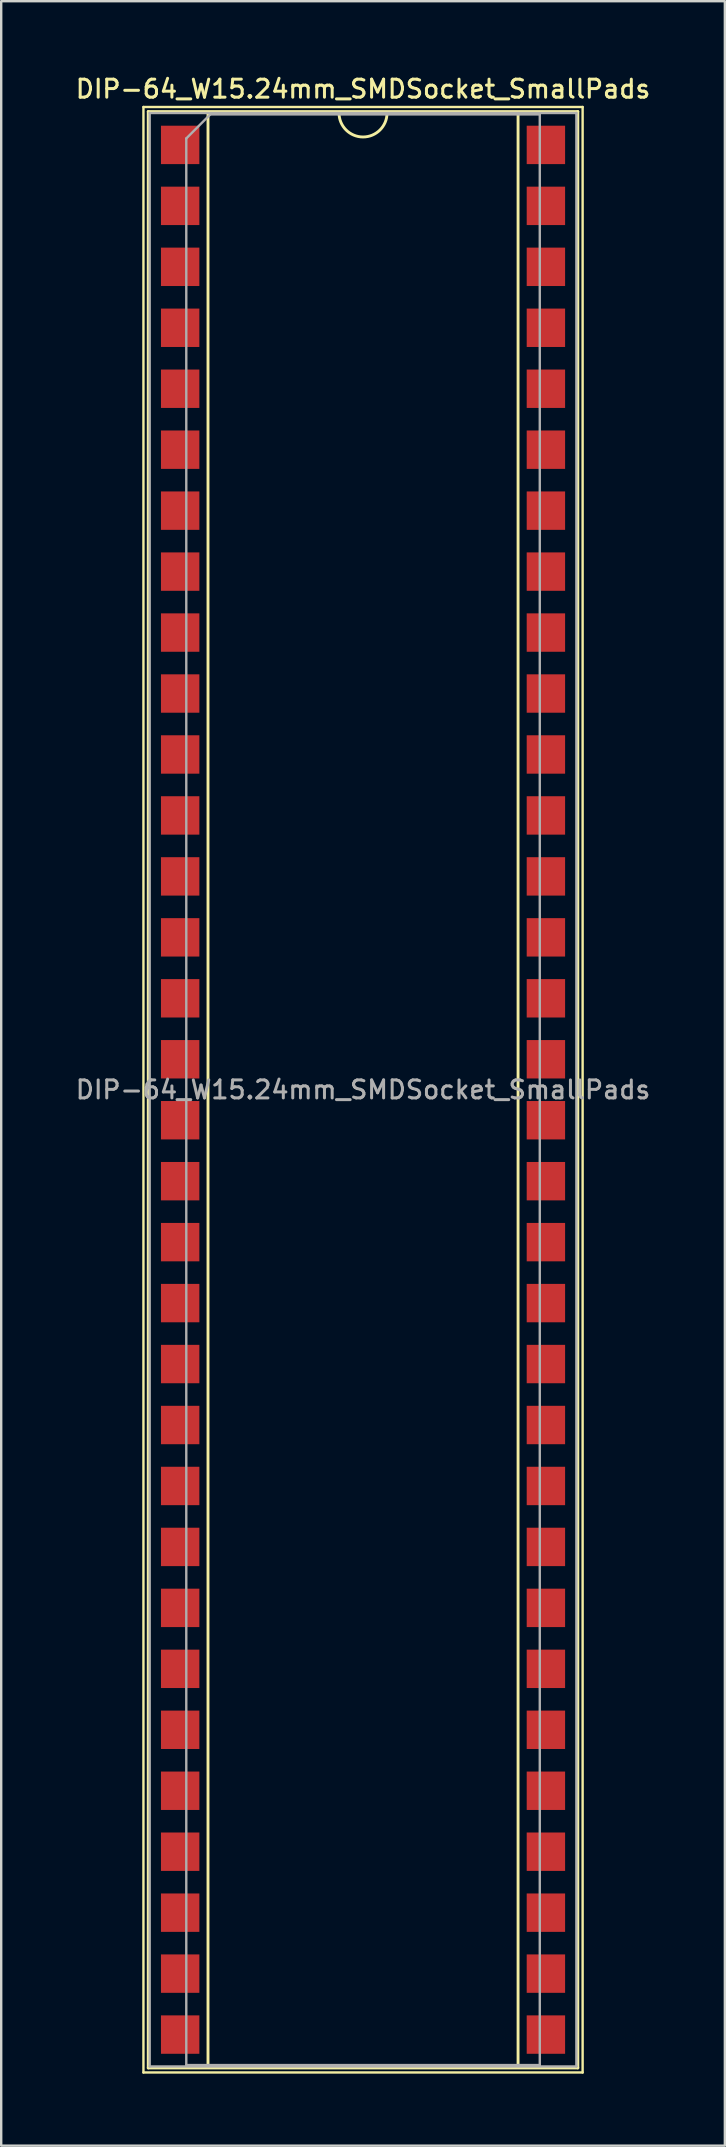
<source format=kicad_pcb>
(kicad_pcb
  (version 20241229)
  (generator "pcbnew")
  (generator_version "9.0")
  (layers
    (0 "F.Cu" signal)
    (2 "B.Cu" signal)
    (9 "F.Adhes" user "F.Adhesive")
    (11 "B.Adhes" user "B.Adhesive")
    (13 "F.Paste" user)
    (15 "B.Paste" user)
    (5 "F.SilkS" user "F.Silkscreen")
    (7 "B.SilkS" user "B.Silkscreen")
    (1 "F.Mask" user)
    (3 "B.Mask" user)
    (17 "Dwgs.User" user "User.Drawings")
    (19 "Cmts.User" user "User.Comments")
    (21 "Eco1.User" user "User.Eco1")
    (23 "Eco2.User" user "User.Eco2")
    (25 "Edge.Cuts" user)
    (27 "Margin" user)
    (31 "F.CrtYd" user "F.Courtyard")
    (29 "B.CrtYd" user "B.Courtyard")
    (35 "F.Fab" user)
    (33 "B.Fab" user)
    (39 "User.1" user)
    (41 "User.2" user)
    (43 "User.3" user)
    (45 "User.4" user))
  (footprint "DIP-64_W15.24mm_SMDSocket_SmallPads"
    (layer "F.Cu")
    (at 12.077 42.358)
    (property "Reference" "DIP-64_W15.24mm_SMDSocket_SmallPads" (at 0 -41.7 0) (layer "F.SilkS") (effects (font (size 0.75 0.75) (thickness 0.125))))
    (attr smd)
    (fp_line (start -9.15 -40.95) (end -9.15 40.95) (stroke (width 0.1) (type solid)) (layer "F.SilkS"))
    (fp_line (start -9.15 40.95) (end 9.15 40.95) (stroke (width 0.1) (type solid)) (layer "F.SilkS"))
    (fp_line (start -8.95 -40.76) (end -8.95 40.76) (stroke (width 0.12) (type solid)) (layer "F.SilkS"))
    (fp_line (start -8.95 40.76) (end 8.95 40.76) (stroke (width 0.12) (type solid)) (layer "F.SilkS"))
    (fp_line (start -6.46 -40.7) (end -6.46 40.7) (stroke (width 0.12) (type solid)) (layer "F.SilkS"))
    (fp_line (start -6.46 40.7) (end 6.46 40.7) (stroke (width 0.12) (type solid)) (layer "F.SilkS"))
    (fp_line (start -1 -40.7) (end -6.46 -40.7) (stroke (width 0.12) (type solid)) (layer "F.SilkS"))
    (fp_line (start 6.46 -40.7) (end 1 -40.7) (stroke (width 0.12) (type solid)) (layer "F.SilkS"))
    (fp_line (start 6.46 40.7) (end 6.46 -40.7) (stroke (width 0.12) (type solid)) (layer "F.SilkS"))
    (fp_line (start 8.95 -40.76) (end -8.95 -40.76) (stroke (width 0.12) (type solid)) (layer "F.SilkS"))
    (fp_line (start 8.95 40.76) (end 8.95 -40.76) (stroke (width 0.12) (type solid)) (layer "F.SilkS"))
    (fp_line (start 9.15 -40.95) (end -9.15 -40.95) (stroke (width 0.1) (type solid)) (layer "F.SilkS"))
    (fp_line (start 9.15 40.95) (end 9.15 -40.95) (stroke (width 0.1) (type solid)) (layer "F.SilkS"))
    (fp_arc (start 1 -40.7) (mid 0 -39.7) (end -1 -40.7) (stroke (width 0.12) (type solid)) (layer "F.SilkS"))
    (fp_line (start -8.89 -40.7) (end -8.89 40.7) (stroke (width 0.1) (type solid)) (layer "F.Fab"))
    (fp_line (start -8.89 40.7) (end 8.89 40.7) (stroke (width 0.1) (type solid)) (layer "F.Fab"))
    (fp_line (start -7.365 -39.64) (end -6.365 -40.64) (stroke (width 0.1) (type solid)) (layer "F.Fab"))
    (fp_line (start -7.365 40.64) (end -7.365 -39.64) (stroke (width 0.1) (type solid)) (layer "F.Fab"))
    (fp_line (start -6.365 -40.64) (end 7.365 -40.64) (stroke (width 0.1) (type solid)) (layer "F.Fab"))
    (fp_line (start 7.365 -40.64) (end 7.365 40.64) (stroke (width 0.1) (type solid)) (layer "F.Fab"))
    (fp_line (start 7.365 40.64) (end -7.365 40.64) (stroke (width 0.1) (type solid)) (layer "F.Fab"))
    (fp_line (start 8.89 -40.7) (end -8.89 -40.7) (stroke (width 0.1) (type solid)) (layer "F.Fab"))
    (fp_line (start 8.89 40.7) (end 8.89 -40.7) (stroke (width 0.1) (type solid)) (layer "F.Fab"))
    (fp_text user "${REFERENCE}" (at 0 0 0) (layer "F.Fab") (effects (font (size 0.75 0.75) (thickness 0.125))))
    (pad "1" smd rect (at -7.62 -39.37) (size 1.6 1.6) (layers "F.Cu" "F.Mask" "F.Paste"))
    (pad "2" smd rect (at -7.62 -36.83) (size 1.6 1.6) (layers "F.Cu" "F.Mask" "F.Paste"))
    (pad "3" smd rect (at -7.62 -34.29) (size 1.6 1.6) (layers "F.Cu" "F.Mask" "F.Paste"))
    (pad "4" smd rect (at -7.62 -31.75) (size 1.6 1.6) (layers "F.Cu" "F.Mask" "F.Paste"))
    (pad "5" smd rect (at -7.62 -29.21) (size 1.6 1.6) (layers "F.Cu" "F.Mask" "F.Paste"))
    (pad "6" smd rect (at -7.62 -26.67) (size 1.6 1.6) (layers "F.Cu" "F.Mask" "F.Paste"))
    (pad "7" smd rect (at -7.62 -24.13) (size 1.6 1.6) (layers "F.Cu" "F.Mask" "F.Paste"))
    (pad "8" smd rect (at -7.62 -21.59) (size 1.6 1.6) (layers "F.Cu" "F.Mask" "F.Paste"))
    (pad "9" smd rect (at -7.62 -19.05) (size 1.6 1.6) (layers "F.Cu" "F.Mask" "F.Paste"))
    (pad "10" smd rect (at -7.62 -16.51) (size 1.6 1.6) (layers "F.Cu" "F.Mask" "F.Paste"))
    (pad "11" smd rect (at -7.62 -13.97) (size 1.6 1.6) (layers "F.Cu" "F.Mask" "F.Paste"))
    (pad "12" smd rect (at -7.62 -11.43) (size 1.6 1.6) (layers "F.Cu" "F.Mask" "F.Paste"))
    (pad "13" smd rect (at -7.62 -8.89) (size 1.6 1.6) (layers "F.Cu" "F.Mask" "F.Paste"))
    (pad "14" smd rect (at -7.62 -6.35) (size 1.6 1.6) (layers "F.Cu" "F.Mask" "F.Paste"))
    (pad "15" smd rect (at -7.62 -3.81) (size 1.6 1.6) (layers "F.Cu" "F.Mask" "F.Paste"))
    (pad "16" smd rect (at -7.62 -1.27) (size 1.6 1.6) (layers "F.Cu" "F.Mask" "F.Paste"))
    (pad "17" smd rect (at -7.62 1.27) (size 1.6 1.6) (layers "F.Cu" "F.Mask" "F.Paste"))
    (pad "18" smd rect (at -7.62 3.81) (size 1.6 1.6) (layers "F.Cu" "F.Mask" "F.Paste"))
    (pad "19" smd rect (at -7.62 6.35) (size 1.6 1.6) (layers "F.Cu" "F.Mask" "F.Paste"))
    (pad "20" smd rect (at -7.62 8.89) (size 1.6 1.6) (layers "F.Cu" "F.Mask" "F.Paste"))
    (pad "21" smd rect (at -7.62 11.43) (size 1.6 1.6) (layers "F.Cu" "F.Mask" "F.Paste"))
    (pad "22" smd rect (at -7.62 13.97) (size 1.6 1.6) (layers "F.Cu" "F.Mask" "F.Paste"))
    (pad "23" smd rect (at -7.62 16.51) (size 1.6 1.6) (layers "F.Cu" "F.Mask" "F.Paste"))
    (pad "24" smd rect (at -7.62 19.05) (size 1.6 1.6) (layers "F.Cu" "F.Mask" "F.Paste"))
    (pad "25" smd rect (at -7.62 21.59) (size 1.6 1.6) (layers "F.Cu" "F.Mask" "F.Paste"))
    (pad "26" smd rect (at -7.62 24.13) (size 1.6 1.6) (layers "F.Cu" "F.Mask" "F.Paste"))
    (pad "27" smd rect (at -7.62 26.67) (size 1.6 1.6) (layers "F.Cu" "F.Mask" "F.Paste"))
    (pad "28" smd rect (at -7.62 29.21) (size 1.6 1.6) (layers "F.Cu" "F.Mask" "F.Paste"))
    (pad "29" smd rect (at -7.62 31.75) (size 1.6 1.6) (layers "F.Cu" "F.Mask" "F.Paste"))
    (pad "30" smd rect (at -7.62 34.29) (size 1.6 1.6) (layers "F.Cu" "F.Mask" "F.Paste"))
    (pad "31" smd rect (at -7.62 36.83) (size 1.6 1.6) (layers "F.Cu" "F.Mask" "F.Paste"))
    (pad "32" smd rect (at -7.62 39.37) (size 1.6 1.6) (layers "F.Cu" "F.Mask" "F.Paste"))
    (pad "33" smd rect (at 7.62 39.37) (size 1.6 1.6) (layers "F.Cu" "F.Mask" "F.Paste"))
    (pad "34" smd rect (at 7.62 36.83) (size 1.6 1.6) (layers "F.Cu" "F.Mask" "F.Paste"))
    (pad "35" smd rect (at 7.62 34.29) (size 1.6 1.6) (layers "F.Cu" "F.Mask" "F.Paste"))
    (pad "36" smd rect (at 7.62 31.75) (size 1.6 1.6) (layers "F.Cu" "F.Mask" "F.Paste"))
    (pad "37" smd rect (at 7.62 29.21) (size 1.6 1.6) (layers "F.Cu" "F.Mask" "F.Paste"))
    (pad "38" smd rect (at 7.62 26.67) (size 1.6 1.6) (layers "F.Cu" "F.Mask" "F.Paste"))
    (pad "39" smd rect (at 7.62 24.13) (size 1.6 1.6) (layers "F.Cu" "F.Mask" "F.Paste"))
    (pad "40" smd rect (at 7.62 21.59) (size 1.6 1.6) (layers "F.Cu" "F.Mask" "F.Paste"))
    (pad "41" smd rect (at 7.62 19.05) (size 1.6 1.6) (layers "F.Cu" "F.Mask" "F.Paste"))
    (pad "42" smd rect (at 7.62 16.51) (size 1.6 1.6) (layers "F.Cu" "F.Mask" "F.Paste"))
    (pad "43" smd rect (at 7.62 13.97) (size 1.6 1.6) (layers "F.Cu" "F.Mask" "F.Paste"))
    (pad "44" smd rect (at 7.62 11.43) (size 1.6 1.6) (layers "F.Cu" "F.Mask" "F.Paste"))
    (pad "45" smd rect (at 7.62 8.89) (size 1.6 1.6) (layers "F.Cu" "F.Mask" "F.Paste"))
    (pad "46" smd rect (at 7.62 6.35) (size 1.6 1.6) (layers "F.Cu" "F.Mask" "F.Paste"))
    (pad "47" smd rect (at 7.62 3.81) (size 1.6 1.6) (layers "F.Cu" "F.Mask" "F.Paste"))
    (pad "48" smd rect (at 7.62 1.27) (size 1.6 1.6) (layers "F.Cu" "F.Mask" "F.Paste"))
    (pad "49" smd rect (at 7.62 -1.27) (size 1.6 1.6) (layers "F.Cu" "F.Mask" "F.Paste"))
    (pad "50" smd rect (at 7.62 -3.81) (size 1.6 1.6) (layers "F.Cu" "F.Mask" "F.Paste"))
    (pad "51" smd rect (at 7.62 -6.35) (size 1.6 1.6) (layers "F.Cu" "F.Mask" "F.Paste"))
    (pad "52" smd rect (at 7.62 -8.89) (size 1.6 1.6) (layers "F.Cu" "F.Mask" "F.Paste"))
    (pad "53" smd rect (at 7.62 -11.43) (size 1.6 1.6) (layers "F.Cu" "F.Mask" "F.Paste"))
    (pad "54" smd rect (at 7.62 -13.97) (size 1.6 1.6) (layers "F.Cu" "F.Mask" "F.Paste"))
    (pad "55" smd rect (at 7.62 -16.51) (size 1.6 1.6) (layers "F.Cu" "F.Mask" "F.Paste"))
    (pad "56" smd rect (at 7.62 -19.05) (size 1.6 1.6) (layers "F.Cu" "F.Mask" "F.Paste"))
    (pad "57" smd rect (at 7.62 -21.59) (size 1.6 1.6) (layers "F.Cu" "F.Mask" "F.Paste"))
    (pad "58" smd rect (at 7.62 -24.13) (size 1.6 1.6) (layers "F.Cu" "F.Mask" "F.Paste"))
    (pad "59" smd rect (at 7.62 -26.67) (size 1.6 1.6) (layers "F.Cu" "F.Mask" "F.Paste"))
    (pad "60" smd rect (at 7.62 -29.21) (size 1.6 1.6) (layers "F.Cu" "F.Mask" "F.Paste"))
    (pad "61" smd rect (at 7.62 -31.75) (size 1.6 1.6) (layers "F.Cu" "F.Mask" "F.Paste"))
    (pad "62" smd rect (at 7.62 -34.29) (size 1.6 1.6) (layers "F.Cu" "F.Mask" "F.Paste"))
    (pad "63" smd rect (at 7.62 -36.83) (size 1.6 1.6) (layers "F.Cu" "F.Mask" "F.Paste"))
    (pad "64" smd rect (at 7.62 -39.37) (size 1.6 1.6) (layers "F.Cu" "F.Mask" "F.Paste")))
  (gr_rect
    (start -3 -3)
    (end 27.154 86.358)
    (stroke (width 0.1) (type default))
    (fill no)
    (layer "Edge.Cuts")))
</source>
